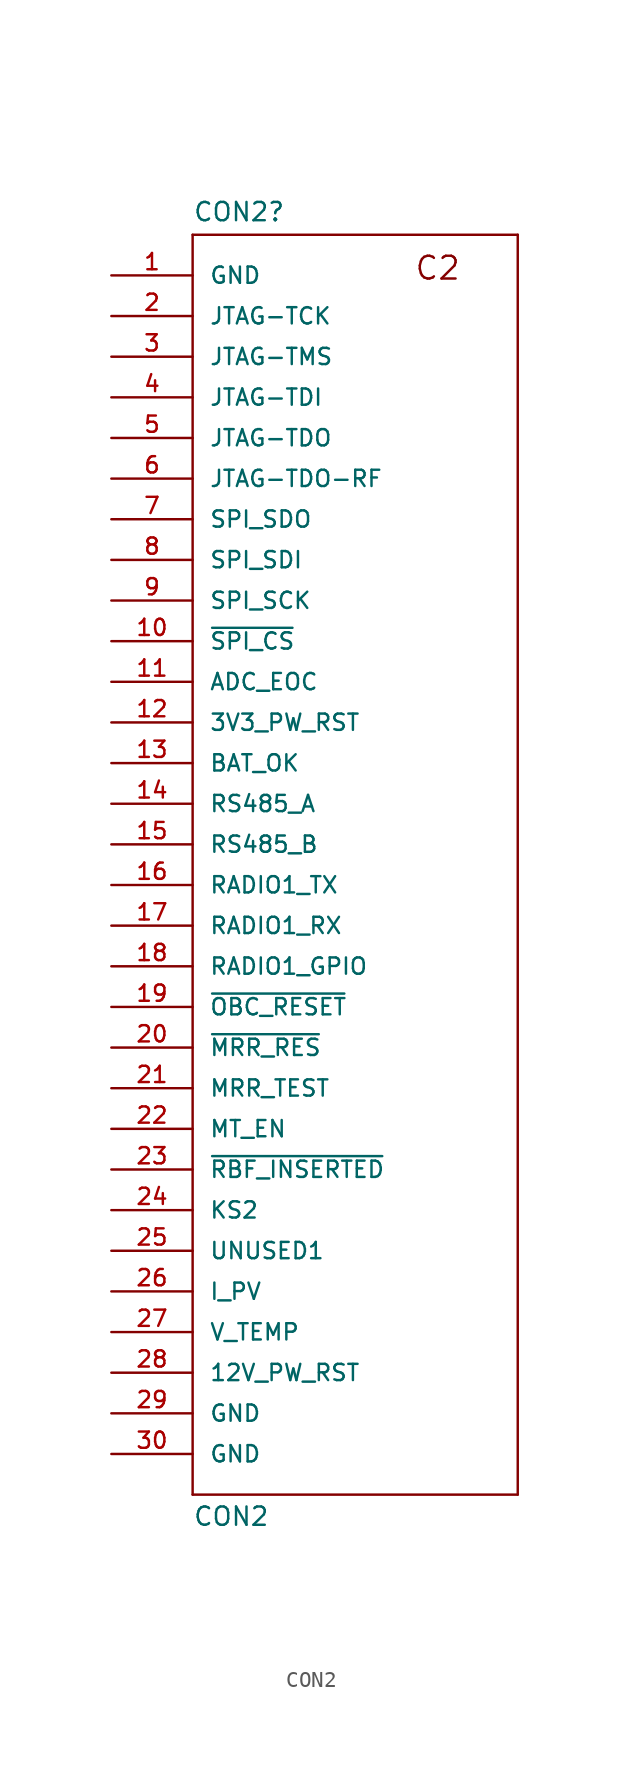
<source format=kicad_sym>
(kicad_symbol_lib
  (version 20231120)
  (generator "kicad_symbol_editor")
  (generator_version "8.0")
  (symbol "CON2"
    (pin_names
      (offset 1.016))
    (property "Reference" "CON2"
      (at -7.62 38.862 0)
      (effects (font (size 1.143 1.143)) (justify left bottom)))
    (property "Value" "CON2"
      (at -7.62 -42.672 0)
      (effects (font (size 1.143 1.143)) (justify left bottom)))
    (symbol "CON2_1_0"
      (polyline (pts (xy -7.62 -40.64) (xy -7.62 38.1)) (stroke (width 0) (type default)) (fill (type none)))
      (polyline (pts (xy -7.62 38.1) (xy 12.7 38.1)) (stroke (width 0) (type default)) (fill (type none)))
      (polyline (pts (xy 12.7 -40.64) (xy -7.62 -40.64)) (stroke (width 0) (type default)) (fill (type none)))
      (polyline (pts (xy 12.7 38.1) (xy 12.7 -40.64)) (stroke (width 0) (type default)) (fill (type none)))
      (text "C2" (at 7.696 36.017 0) (effects (font (size 1.422 1.422)))))
    (symbol "CON2_1_1"
      (pin bidirectional line (at -12.7 35.56 0) (length 5.08) (name "GND" (effects (font (size 1.016 1.016)))) (number "1" (effects (font (size 1.016 1.016)))))
      (pin bidirectional line (at -12.7 12.7 0) (length 5.08) (name "~{SPI_CS}" (effects (font (size 1.016 1.016)))) (number "10" (effects (font (size 1.016 1.016)))))
      (pin bidirectional line (at -12.7 10.16 0) (length 5.08) (name "ADC_EOC" (effects (font (size 1.016 1.016)))) (number "11" (effects (font (size 1.016 1.016)))))
      (pin bidirectional line (at -12.7 7.62 0) (length 5.08) (name "3V3_PW_RST" (effects (font (size 1.016 1.016)))) (number "12" (effects (font (size 1.016 1.016)))))
      (pin bidirectional line (at -12.7 5.08 0) (length 5.08) (name "BAT_OK" (effects (font (size 1.016 1.016)))) (number "13" (effects (font (size 1.016 1.016)))))
      (pin bidirectional line (at -12.7 2.54 0) (length 5.08) (name "RS485_A" (effects (font (size 1.016 1.016)))) (number "14" (effects (font (size 1.016 1.016)))))
      (pin bidirectional line (at -12.7 0 0) (length 5.08) (name "RS485_B" (effects (font (size 1.016 1.016)))) (number "15" (effects (font (size 1.016 1.016)))))
      (pin bidirectional line (at -12.7 -2.54 0) (length 5.08) (name "RADIO1_TX" (effects (font (size 1.016 1.016)))) (number "16" (effects (font (size 1.016 1.016)))))
      (pin bidirectional line (at -12.7 -5.08 0) (length 5.08) (name "RADIO1_RX" (effects (font (size 1.016 1.016)))) (number "17" (effects (font (size 1.016 1.016)))))
      (pin bidirectional line (at -12.7 -7.62 0) (length 5.08) (name "RADIO1_GPIO" (effects (font (size 1.016 1.016)))) (number "18" (effects (font (size 1.016 1.016)))))
      (pin bidirectional line (at -12.7 -10.16 0) (length 5.08) (name "~{OBC_RESET}" (effects (font (size 1.016 1.016)))) (number "19" (effects (font (size 1.016 1.016)))))
      (pin bidirectional line (at -12.7 33.02 0) (length 5.08) (name "JTAG-TCK" (effects (font (size 1.016 1.016)))) (number "2" (effects (font (size 1.016 1.016)))))
      (pin bidirectional line (at -12.7 -12.7 0) (length 5.08) (name "~{MRR_RES}" (effects (font (size 1.016 1.016)))) (number "20" (effects (font (size 1.016 1.016)))))
      (pin bidirectional line (at -12.7 -15.24 0) (length 5.08) (name "MRR_TEST" (effects (font (size 1.016 1.016)))) (number "21" (effects (font (size 1.016 1.016)))))
      (pin bidirectional line (at -12.7 -17.78 0) (length 5.08) (name "MT_EN" (effects (font (size 1.016 1.016)))) (number "22" (effects (font (size 1.016 1.016)))))
      (pin bidirectional line (at -12.7 -20.32 0) (length 5.08) (name "~{RBF_INSERTED}" (effects (font (size 1.016 1.016)))) (number "23" (effects (font (size 1.016 1.016)))))
      (pin bidirectional line (at -12.7 -22.86 0) (length 5.08) (name "KS2" (effects (font (size 1.016 1.016)))) (number "24" (effects (font (size 1.016 1.016)))))
      (pin bidirectional line (at -12.7 -25.4 0) (length 5.08) (name "UNUSED1" (effects (font (size 1.016 1.016)))) (number "25" (effects (font (size 1.016 1.016)))))
      (pin bidirectional line (at -12.7 -27.94 0) (length 5.08) (name "I_PV" (effects (font (size 1.016 1.016)))) (number "26" (effects (font (size 1.016 1.016)))))
      (pin bidirectional line (at -12.7 -30.48 0) (length 5.08) (name "V_TEMP" (effects (font (size 1.016 1.016)))) (number "27" (effects (font (size 1.016 1.016)))))
      (pin bidirectional line (at -12.7 -33.02 0) (length 5.08) (name "12V_PW_RST" (effects (font (size 1.016 1.016)))) (number "28" (effects (font (size 1.016 1.016)))))
      (pin bidirectional line (at -12.7 -35.56 0) (length 5.08) (name "GND" (effects (font (size 1.016 1.016)))) (number "29" (effects (font (size 1.016 1.016)))))
      (pin bidirectional line (at -12.7 30.48 0) (length 5.08) (name "JTAG-TMS" (effects (font (size 1.016 1.016)))) (number "3" (effects (font (size 1.016 1.016)))))
      (pin bidirectional line (at -12.7 -38.1 0) (length 5.08) (name "GND" (effects (font (size 1.016 1.016)))) (number "30" (effects (font (size 1.016 1.016)))))
      (pin bidirectional line (at -12.7 27.94 0) (length 5.08) (name "JTAG-TDI" (effects (font (size 1.016 1.016)))) (number "4" (effects (font (size 1.016 1.016)))))
      (pin bidirectional line (at -12.7 25.4 0) (length 5.08) (name "JTAG-TDO" (effects (font (size 1.016 1.016)))) (number "5" (effects (font (size 1.016 1.016)))))
      (pin bidirectional line (at -12.7 22.86 0) (length 5.08) (name "JTAG-TDO-RF" (effects (font (size 1.016 1.016)))) (number "6" (effects (font (size 1.016 1.016)))))
      (pin bidirectional line (at -12.7 20.32 0) (length 5.08) (name "SPI_SDO" (effects (font (size 1.016 1.016)))) (number "7" (effects (font (size 1.016 1.016)))))
      (pin bidirectional line (at -12.7 17.78 0) (length 5.08) (name "SPI_SDI" (effects (font (size 1.016 1.016)))) (number "8" (effects (font (size 1.016 1.016)))))
      (pin bidirectional line (at -12.7 15.24 0) (length 5.08) (name "SPI_SCK" (effects (font (size 1.016 1.016)))) (number "9" (effects (font (size 1.016 1.016))))))))
</source>
